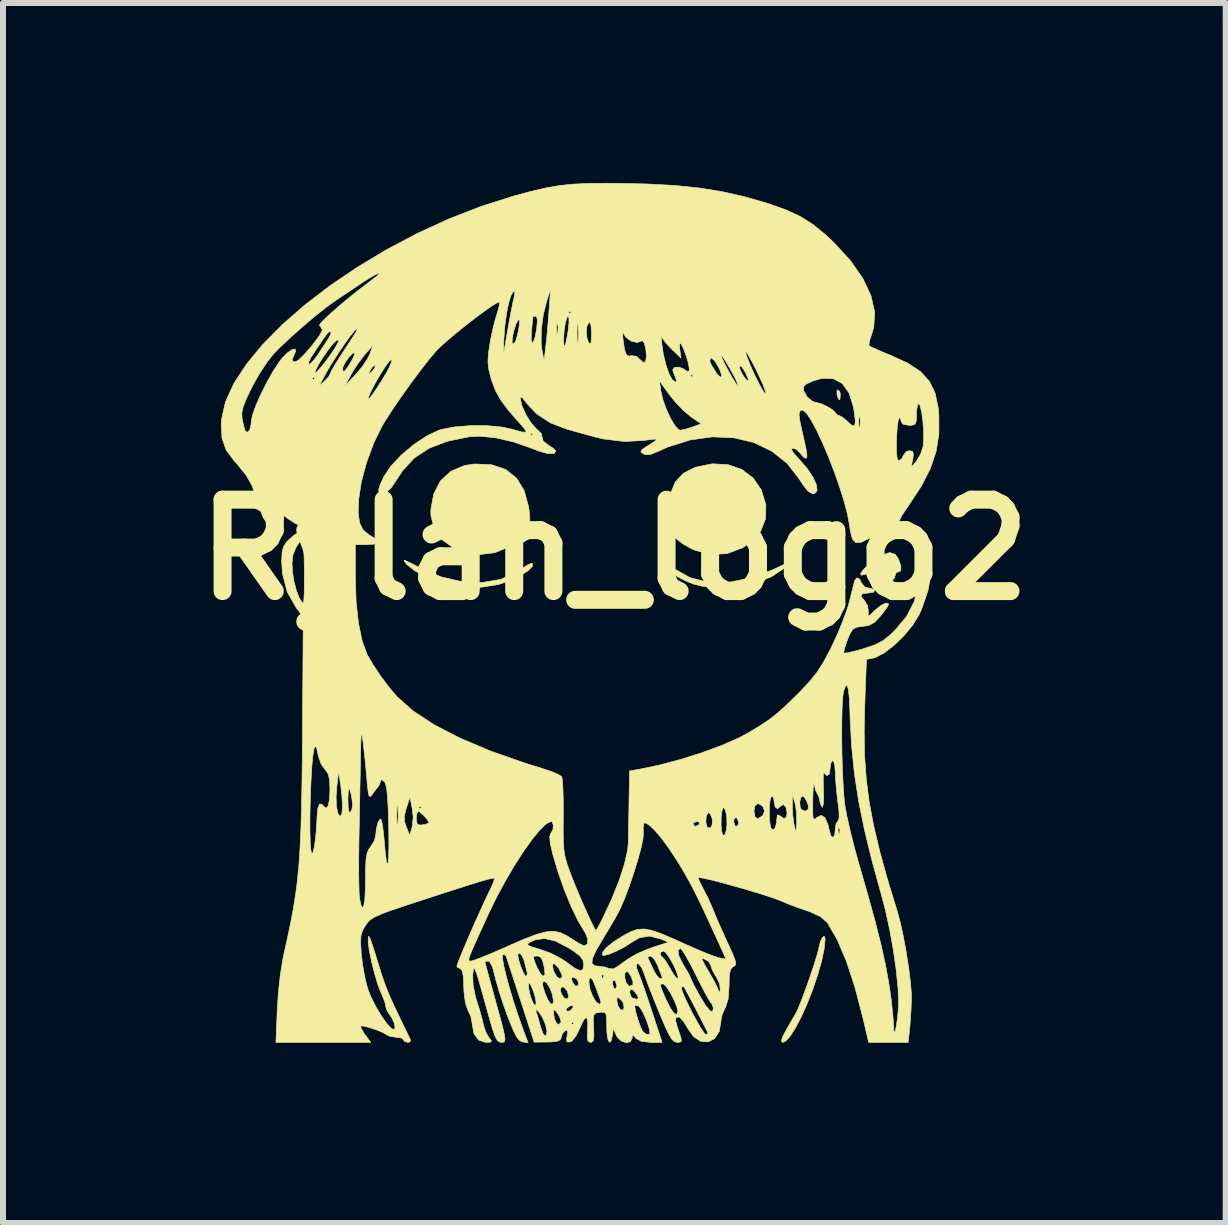
<source format=kicad_pcb>
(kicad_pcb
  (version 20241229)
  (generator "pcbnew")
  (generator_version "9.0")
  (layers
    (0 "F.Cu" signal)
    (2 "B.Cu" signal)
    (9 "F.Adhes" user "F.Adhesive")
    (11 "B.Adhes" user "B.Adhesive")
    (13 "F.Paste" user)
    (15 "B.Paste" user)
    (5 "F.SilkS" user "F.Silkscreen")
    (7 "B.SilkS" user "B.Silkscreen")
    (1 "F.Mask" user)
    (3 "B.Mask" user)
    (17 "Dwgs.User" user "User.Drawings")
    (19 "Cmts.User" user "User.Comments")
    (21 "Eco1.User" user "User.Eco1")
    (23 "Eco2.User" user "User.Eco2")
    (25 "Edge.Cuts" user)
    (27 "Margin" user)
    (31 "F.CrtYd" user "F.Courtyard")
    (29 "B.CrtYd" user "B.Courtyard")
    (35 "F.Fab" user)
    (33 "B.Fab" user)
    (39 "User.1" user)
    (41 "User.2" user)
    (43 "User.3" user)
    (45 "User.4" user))
  (footprint "Rylan_logo2"
    (layer "F.Cu")
    (at 7.192 6.115)
    (property "Reference" "Rylan_logo2" (at 0 0 0) (layer "F.SilkS") (effects (font (size 1.524 1.524) (thickness 0.3))))
    (attr through_hole)
    (fp_poly (pts (xy 3.76 -2.632) (xy 3.768 -2.582) (xy 3.761 -2.513) (xy 3.751 -2.498) (xy 3.729 -2.533) (xy 3.713 -2.582) (xy 3.711 -2.65) (xy 3.729 -2.667) (xy 3.76 -2.632)) (stroke (width 0.01) (type solid)) (fill yes) (layer "F.SilkS"))
    (fp_poly (pts (xy 2.818 0.318) (xy 2.613 0.453) (xy 2.353 0.554) (xy 2.059 0.616) (xy 1.755 0.635) (xy 1.463 0.608) (xy 1.32 0.572) (xy 1.191 0.521) (xy 1.054 0.449) (xy 0.929 0.371) (xy 0.838 0.299) (xy 0.804 0.248) (xy 0.82 0.215) (xy 0.876 0.232) (xy 0.98 0.304) (xy 1.001 0.319) (xy 1.262 0.466) (xy 1.562 0.541) (xy 1.895 0.544) (xy 2.256 0.475) (xy 2.639 0.335) (xy 2.731 0.292) (xy 2.985 0.168) (xy 2.818 0.318)) (stroke (width 0.01) (type solid)) (fill yes) (layer "F.SilkS"))
    (fp_poly (pts (xy -2.048 -1.418) (xy -1.812 -1.338) (xy -1.629 -1.193) (xy -1.501 -0.982) (xy -1.428 -0.709) (xy -1.42 -0.648) (xy -1.408 -0.501) (xy -1.415 -0.406) (xy -1.45 -0.33) (xy -1.524 -0.241) (xy -1.545 -0.217) (xy -1.748 -0.053) (xy -1.989 0.048) (xy -2.25 0.081) (xy -2.509 0.044) (xy -2.667 -0.02) (xy -2.873 -0.167) (xy -3.003 -0.351) (xy -3.058 -0.572) (xy -3.059 -0.668) (xy -3.011 -0.933) (xy -2.899 -1.148) (xy -2.727 -1.307) (xy -2.501 -1.404) (xy -2.335 -1.43) (xy -2.048 -1.418)) (stroke (width 0.01) (type solid)) (fill yes) (layer "F.SilkS"))
    (fp_poly (pts (xy 4.684 0.078) (xy 4.735 0.15) (xy 4.777 0.274) (xy 4.775 0.352) (xy 4.731 0.37) (xy 4.689 0.391) (xy 4.688 0.411) (xy 4.668 0.468) (xy 4.612 0.552) (xy 4.543 0.632) (xy 4.487 0.675) (xy 4.478 0.677) (xy 4.47 0.639) (xy 4.472 0.542) (xy 4.479 0.458) (xy 4.5 0.238) (xy 4.343 0.331) (xy 4.2 0.405) (xy 4.12 0.425) (xy 4.104 0.398) (xy 4.154 0.328) (xy 4.271 0.222) (xy 4.304 0.196) (xy 4.469 0.086) (xy 4.594 0.047) (xy 4.684 0.078)) (stroke (width 0.01) (type solid)) (fill yes) (layer "F.SilkS"))
    (fp_poly (pts (xy 1.894 -1.419) (xy 2.125 -1.339) (xy 2.314 -1.196) (xy 2.449 -0.999) (xy 2.526 -0.751) (xy 2.521 -0.518) (xy 2.438 -0.307) (xy 2.278 -0.128) (xy 2.137 -0.033) (xy 1.879 0.065) (xy 1.616 0.079) (xy 1.345 0.009) (xy 1.288 -0.016) (xy 1.146 -0.096) (xy 1.024 -0.19) (xy 0.977 -0.238) (xy 0.926 -0.315) (xy 0.899 -0.399) (xy 0.891 -0.516) (xy 0.896 -0.66) (xy 0.932 -0.927) (xy 1.015 -1.128) (xy 1.15 -1.274) (xy 1.343 -1.372) (xy 1.357 -1.377) (xy 1.634 -1.433) (xy 1.894 -1.419)) (stroke (width 0.01) (type solid)) (fill yes) (layer "F.SilkS"))
    (fp_poly (pts (xy -3.453 0.193) (xy -3.348 0.245) (xy -3.239 0.302) (xy -2.888 0.452) (xy -2.541 0.533) (xy -2.206 0.547) (xy -1.896 0.494) (xy -1.622 0.372) (xy -1.535 0.312) (xy -1.442 0.251) (xy -1.378 0.225) (xy -1.367 0.228) (xy -1.368 0.279) (xy -1.44 0.351) (xy -1.578 0.439) (xy -1.685 0.495) (xy -1.932 0.58) (xy -2.222 0.625) (xy -2.522 0.629) (xy -2.799 0.588) (xy -2.912 0.554) (xy -3.138 0.457) (xy -3.327 0.35) (xy -3.459 0.246) (xy -3.477 0.225) (xy -3.506 0.186) (xy -3.502 0.174) (xy -3.453 0.193)) (stroke (width 0.01) (type solid)) (fill yes) (layer "F.SilkS"))
    (fp_poly (pts (xy 3.513 6.477) (xy 3.514 6.487) (xy 3.498 6.656) (xy 3.454 6.863) (xy 3.388 7.094) (xy 3.306 7.335) (xy 3.213 7.572) (xy 3.115 7.79) (xy 3.017 7.977) (xy 2.926 8.118) (xy 2.847 8.199) (xy 2.808 8.213) (xy 2.784 8.191) (xy 2.805 8.121) (xy 2.862 8.012) (xy 2.937 7.881) (xy 3.002 7.769) (xy 3.027 7.726) (xy 3.069 7.639) (xy 3.127 7.493) (xy 3.195 7.31) (xy 3.265 7.111) (xy 3.329 6.92) (xy 3.379 6.757) (xy 3.409 6.644) (xy 3.412 6.627) (xy 3.435 6.533) (xy 3.468 6.465) (xy 3.498 6.441) (xy 3.513 6.477)) (stroke (width 0.01) (type solid)) (fill yes) (layer "F.SilkS"))
    (fp_poly (pts (xy 0.021 -6.109) (xy 0.55 -6.098) (xy 1.012 -6.073) (xy 1.425 -6.03) (xy 1.806 -5.968) (xy 2.173 -5.885) (xy 2.544 -5.778) (xy 2.558 -5.774) (xy 2.857 -5.668) (xy 3.1 -5.556) (xy 3.315 -5.42) (xy 3.53 -5.244) (xy 3.668 -5.113) (xy 3.94 -4.815) (xy 4.145 -4.519) (xy 4.279 -4.232) (xy 4.34 -3.96) (xy 4.325 -3.709) (xy 4.296 -3.611) (xy 4.258 -3.496) (xy 4.244 -3.418) (xy 4.248 -3.4) (xy 4.296 -3.375) (xy 4.402 -3.327) (xy 4.548 -3.265) (xy 4.606 -3.242) (xy 4.893 -3.11) (xy 5.106 -2.969) (xy 5.254 -2.806) (xy 5.348 -2.61) (xy 5.399 -2.366) (xy 5.411 -2.231) (xy 5.41 -1.923) (xy 5.364 -1.637) (xy 5.269 -1.355) (xy 5.118 -1.06) (xy 4.904 -0.735) (xy 4.886 -0.709) (xy 4.791 -0.568) (xy 4.749 -0.48) (xy 4.758 -0.435) (xy 4.81 -0.423) (xy 4.928 -0.39) (xy 5.058 -0.305) (xy 5.171 -0.192) (xy 5.229 -0.096) (xy 5.282 0.125) (xy 5.281 0.391) (xy 5.228 0.683) (xy 5.126 0.982) (xy 5.078 1.088) (xy 4.974 1.257) (xy 4.831 1.43) (xy 4.668 1.589) (xy 4.505 1.716) (xy 4.359 1.794) (xy 4.318 1.806) (xy 4.203 1.828) (xy 4.174 2.597) (xy 4.165 3.034) (xy 4.172 3.438) (xy 4.2 3.824) (xy 4.249 4.208) (xy 4.324 4.606) (xy 4.426 5.034) (xy 4.557 5.507) (xy 4.718 6.032) (xy 4.767 6.214) (xy 4.818 6.449) (xy 4.866 6.711) (xy 4.907 6.974) (xy 4.937 7.214) (xy 4.952 7.405) (xy 4.953 7.449) (xy 4.948 7.636) (xy 4.935 7.846) (xy 4.926 7.952) (xy 4.899 8.213) (xy 4.24 8.213) (xy 4.149 7.825) (xy 4.013 7.301) (xy 3.868 6.859) (xy 3.714 6.498) (xy 3.554 6.221) (xy 3.55 6.216) (xy 3.446 6.123) (xy 3.269 6.038) (xy 3.185 6.009) (xy 3.023 5.953) (xy 2.879 5.898) (xy 2.789 5.859) (xy 2.702 5.824) (xy 2.562 5.776) (xy 2.384 5.72) (xy 2.184 5.66) (xy 1.978 5.602) (xy 1.782 5.548) (xy 1.61 5.504) (xy 1.48 5.475) (xy 1.407 5.463) (xy 1.397 5.466) (xy 1.416 5.522) (xy 1.464 5.619) (xy 1.485 5.658) (xy 1.556 5.796) (xy 1.63 5.96) (xy 1.656 6.023) (xy 1.715 6.167) (xy 1.795 6.348) (xy 1.878 6.532) (xy 1.885 6.545) (xy 1.964 6.718) (xy 2.01 6.831) (xy 2.025 6.897) (xy 2.013 6.934) (xy 1.976 6.955) (xy 1.972 6.957) (xy 1.936 6.999) (xy 1.917 7.098) (xy 1.913 7.258) (xy 1.899 7.479) (xy 1.856 7.624) (xy 1.846 7.64) (xy 1.795 7.756) (xy 1.778 7.853) (xy 1.749 8.031) (xy 1.672 8.149) (xy 1.564 8.205) (xy 1.44 8.195) (xy 1.318 8.115) (xy 1.221 7.975) (xy 1.156 7.867) (xy 1.096 7.8) (xy 1.072 7.789) (xy 1.03 7.799) (xy 1.02 7.841) (xy 1.042 7.931) (xy 1.078 8.038) (xy 1.113 8.146) (xy 1.116 8.197) (xy 1.082 8.211) (xy 1.046 8.212) (xy 1.002 8.2) (xy 0.958 8.159) (xy 0.907 8.076) (xy 0.842 7.938) (xy 0.755 7.734) (xy 0.752 7.725) (xy 0.668 7.52) (xy 0.592 7.327) (xy 0.566 7.258) (xy 0.768 7.258) (xy 0.781 7.307) (xy 0.821 7.404) (xy 0.867 7.509) (xy 0.937 7.646) (xy 0.997 7.729) (xy 1.04 7.75) (xy 1.059 7.701) (xy 1.059 7.694) (xy 1.04 7.613) (xy 0.993 7.5) (xy 0.932 7.384) (xy 0.872 7.291) (xy 1.119 7.291) (xy 1.125 7.338) (xy 1.164 7.439) (xy 1.226 7.573) (xy 1.301 7.723) (xy 1.38 7.868) (xy 1.451 7.989) (xy 1.505 8.067) (xy 1.528 8.086) (xy 1.561 8.064) (xy 1.559 8.054) (xy 1.525 7.984) (xy 1.466 7.869) (xy 1.393 7.726) (xy 1.316 7.577) (xy 1.244 7.441) (xy 1.189 7.338) (xy 1.161 7.287) (xy 1.159 7.285) (xy 1.121 7.289) (xy 1.119 7.291) (xy 0.872 7.291) (xy 0.87 7.288) (xy 0.822 7.241) (xy 0.816 7.239) (xy 0.781 7.241) (xy 0.768 7.258) (xy 0.566 7.258) (xy 0.532 7.168) (xy 0.498 7.07) (xy 0.454 6.965) (xy 0.406 6.905) (xy 0.391 6.9) (xy 0.364 6.919) (xy 0.376 6.986) (xy 0.404 7.059) (xy 0.444 7.162) (xy 0.501 7.323) (xy 0.568 7.52) (xy 0.633 7.715) (xy 0.796 8.213) (xy 0.604 8.213) (xy 0.449 8.196) (xy 0.36 8.145) (xy 0.355 8.139) (xy 0.312 8.088) (xy 0.299 8.105) (xy 0.298 8.139) (xy 0.267 8.203) (xy 0.198 8.218) (xy 0.115 8.19) (xy 0.046 8.121) (xy 0.033 8.096) (xy -0.016 7.98) (xy -0.032 8.096) (xy -0.055 8.193) (xy -0.081 8.213) (xy -0.106 8.167) (xy -0.123 8.063) (xy -0.127 7.956) (xy -0.129 7.814) (xy -0.139 7.739) (xy -0.169 7.711) (xy -0.225 7.71) (xy -0.243 7.712) (xy -0.309 7.724) (xy -0.342 7.755) (xy -0.351 7.825) (xy -0.346 7.958) (xy -0.345 7.969) (xy -0.341 8.11) (xy -0.352 8.184) (xy -0.382 8.211) (xy -0.397 8.213) (xy -0.439 8.194) (xy -0.452 8.126) (xy -0.448 8.034) (xy -0.442 7.879) (xy -0.457 7.804) (xy -0.49 7.81) (xy -0.542 7.898) (xy -0.57 7.964) (xy -0.641 8.109) (xy -0.71 8.193) (xy -0.738 8.206) (xy -0.791 8.204) (xy -0.797 8.152) (xy -0.787 8.107) (xy -0.776 8.026) (xy -0.806 8.009) (xy -0.813 8.011) (xy -0.863 8.063) (xy -0.881 8.116) (xy -0.9 8.169) (xy -0.953 8.195) (xy -1.061 8.206) (xy -1.115 8.207) (xy -1.337 8.209) (xy -1.506 7.688) (xy -1.308 7.688) (xy -1.3 7.713) (xy -1.273 7.798) (xy -1.238 7.922) (xy -1.227 7.961) (xy -1.188 8.07) (xy -1.151 8.105) (xy -1.139 8.099) (xy -1.123 8.028) (xy -1.148 7.914) (xy -1.199 7.797) (xy -1.254 7.712) (xy -1.015 7.712) (xy -1 7.818) (xy -0.962 7.896) (xy -0.927 7.916) (xy -0.905 7.895) (xy -0.72 7.895) (xy -0.699 7.916) (xy -0.677 7.895) (xy -0.699 7.874) (xy -0.72 7.895) (xy -0.905 7.895) (xy -0.892 7.883) (xy -0.889 7.861) (xy -0.913 7.786) (xy -0.951 7.723) (xy -0.997 7.67) (xy -1.013 7.686) (xy -1.015 7.712) (xy -1.254 7.712) (xy -1.256 7.709) (xy -1.26 7.705) (xy -1.299 7.67) (xy -0.804 7.67) (xy -0.779 7.698) (xy -0.729 7.681) (xy -0.688 7.632) (xy -0.687 7.628) (xy -0.7 7.596) (xy -0.737 7.603) (xy -0.796 7.647) (xy -0.804 7.67) (xy -1.299 7.67) (xy -1.306 7.664) (xy -1.308 7.688) (xy -1.506 7.688) (xy -1.56 7.523) (xy -1.634 7.297) (xy -1.43 7.297) (xy -1.411 7.399) (xy -1.379 7.502) (xy -1.343 7.578) (xy -1.313 7.599) (xy -1.304 7.55) (xy -1.322 7.448) (xy -1.344 7.377) (xy -1.385 7.273) (xy -1.417 7.223) (xy -1.428 7.226) (xy -1.43 7.297) (xy -1.634 7.297) (xy -1.636 7.293) (xy -1.662 7.211) (xy -1.196 7.211) (xy -1.194 7.266) (xy -1.16 7.381) (xy -1.158 7.387) (xy -1.108 7.504) (xy -1.061 7.57) (xy -1.027 7.575) (xy -1.016 7.52) (xy -1.033 7.416) (xy -1.063 7.335) (xy -0.9 7.335) (xy -0.885 7.398) (xy -0.84 7.47) (xy -0.791 7.492) (xy -0.764 7.457) (xy -0.763 7.44) (xy -0.786 7.355) (xy -0.836 7.295) (xy -0.879 7.287) (xy -0.9 7.335) (xy -1.063 7.335) (xy -1.074 7.307) (xy -1.125 7.224) (xy -1.166 7.197) (xy -1.196 7.211) (xy -1.662 7.211) (xy -1.679 7.16) (xy -0.713 7.16) (xy -0.694 7.214) (xy -0.65 7.273) (xy -0.607 7.27) (xy -0.593 7.222) (xy -0.598 7.211) (xy -0.423 7.211) (xy -0.406 7.325) (xy -0.362 7.442) (xy -0.306 7.536) (xy -0.252 7.577) (xy -0.248 7.578) (xy -0.223 7.547) (xy -0.229 7.518) (xy 0.042 7.518) (xy 0.059 7.602) (xy 0.097 7.661) (xy 0.138 7.677) (xy 0.163 7.639) (xy 0.158 7.611) (xy 0.339 7.611) (xy 0.353 7.694) (xy 0.387 7.814) (xy 0.429 7.935) (xy 0.467 8.02) (xy 0.475 8.033) (xy 0.536 8.079) (xy 0.584 8.077) (xy 0.593 8.051) (xy 0.576 7.962) (xy 0.535 7.843) (xy 0.482 7.724) (xy 0.43 7.634) (xy 0.399 7.604) (xy 0.346 7.599) (xy 0.339 7.611) (xy 0.158 7.611) (xy 0.147 7.554) (xy 0.11 7.5) (xy 0.059 7.457) (xy 0.043 7.482) (xy 0.042 7.518) (xy -0.229 7.518) (xy -0.233 7.504) (xy -0.268 7.41) (xy -0.279 7.38) (xy 0.254 7.38) (xy 0.286 7.466) (xy 0.367 7.493) (xy 0.402 7.48) (xy 0.382 7.426) (xy 0.371 7.408) (xy 0.31 7.337) (xy 0.267 7.332) (xy 0.254 7.38) (xy -0.279 7.38) (xy -0.306 7.303) (xy -0.333 7.238) (xy -0.031 7.238) (xy -0.009 7.307) (xy 0.023 7.321) (xy 0.042 7.27) (xy 0.042 7.263) (xy 0.018 7.192) (xy 0.003 7.177) (xy -0.026 7.191) (xy -0.031 7.238) (xy -0.333 7.238) (xy -0.356 7.182) (xy -0.395 7.133) (xy -0.419 7.157) (xy -0.423 7.211) (xy -0.598 7.211) (xy -0.627 7.157) (xy -0.656 7.139) (xy -0.709 7.126) (xy -0.713 7.16) (xy -1.679 7.16) (xy -1.702 7.088) (xy -1.756 6.924) (xy -1.792 6.814) (xy -1.804 6.777) (xy -1.823 6.758) (xy -1.609 6.758) (xy -1.595 6.838) (xy -1.562 6.943) (xy -1.521 7.042) (xy -1.484 7.104) (xy -1.472 7.112) (xy -1.45 7.079) (xy -1.456 7.038) (xy -1.482 6.94) (xy -1.505 6.847) (xy -1.525 6.799) (xy -1.349 6.799) (xy -1.33 6.863) (xy -1.291 6.959) (xy -1.232 7.068) (xy -1.184 7.11) (xy -1.157 7.083) (xy -1.163 6.986) (xy -1.166 6.974) (xy -1.176 6.935) (xy -1.031 6.935) (xy -1.013 7.018) (xy -1.01 7.027) (xy -0.962 7.116) (xy -0.909 7.154) (xy -0.907 7.154) (xy -0.869 7.125) (xy -0.871 7.112) (xy -0.212 7.112) (xy -0.196 7.147) (xy -0.183 7.14) (xy -0.178 7.09) (xy -0.183 7.084) (xy -0.209 7.09) (xy -0.212 7.112) (xy -0.871 7.112) (xy -0.876 7.08) (xy -0.885 7.062) (xy 0.174 7.062) (xy 0.176 7.146) (xy 0.195 7.214) (xy 0.244 7.277) (xy 0.304 7.259) (xy 0.308 7.256) (xy 0.311 7.203) (xy 0.282 7.121) (xy 0.238 7.05) (xy 0.205 7.027) (xy 0.174 7.062) (xy -0.885 7.062) (xy -0.93 6.972) (xy -0.993 6.908) (xy -1.019 6.9) (xy -1.031 6.935) (xy -1.176 6.935) (xy -1.196 6.852) (xy -1.228 6.792) (xy -1.275 6.774) (xy -1.294 6.773) (xy -1.337 6.776) (xy -1.349 6.799) (xy -1.525 6.799) (xy -1.537 6.771) (xy -1.577 6.728) (xy -1.605 6.734) (xy -1.609 6.758) (xy -1.823 6.758) (xy -1.839 6.743) (xy -1.862 6.756) (xy -1.865 6.81) (xy -1.845 6.929) (xy -1.805 7.098) (xy -1.749 7.302) (xy -1.683 7.525) (xy -1.608 7.753) (xy -1.531 7.97) (xy -1.531 7.972) (xy -1.438 8.219) (xy -1.53 8.205) (xy -1.579 8.183) (xy -1.627 8.125) (xy -1.683 8.016) (xy -1.753 7.844) (xy -1.783 7.768) (xy -1.857 7.561) (xy -1.924 7.354) (xy -1.975 7.177) (xy -1.993 7.101) (xy -2.034 6.951) (xy -2.078 6.869) (xy -2.101 6.858) (xy -2.154 6.864) (xy -2.159 6.869) (xy -2.148 6.911) (xy -2.118 7.021) (xy -2.073 7.185) (xy -2.017 7.389) (xy -1.974 7.546) (xy -1.906 7.793) (xy -1.859 7.97) (xy -1.832 8.088) (xy -1.823 8.16) (xy -1.83 8.197) (xy -1.851 8.211) (xy -1.882 8.213) (xy -1.921 8.205) (xy -1.955 8.174) (xy -1.989 8.108) (xy -2.03 7.994) (xy -2.081 7.82) (xy -2.134 7.631) (xy -2.207 7.367) (xy -2.261 7.178) (xy -2.299 7.055) (xy -2.325 6.992) (xy -2.342 6.981) (xy -2.352 7.014) (xy -2.36 7.085) (xy -2.361 7.102) (xy -2.354 7.264) (xy -2.315 7.454) (xy -2.293 7.526) (xy -2.242 7.686) (xy -2.201 7.837) (xy -2.184 7.914) (xy -2.146 8.037) (xy -2.09 8.134) (xy -2.088 8.136) (xy -2.047 8.189) (xy -2.067 8.21) (xy -2.146 8.213) (xy -2.263 8.175) (xy -2.34 8.07) (xy -2.37 7.907) (xy -2.371 7.892) (xy -2.394 7.776) (xy -2.438 7.684) (xy -2.484 7.556) (xy -2.508 7.356) (xy -2.51 7.283) (xy -2.518 7.112) (xy -2.537 7.016) (xy -2.568 6.985) (xy -2.57 6.985) (xy -2.62 6.958) (xy -2.625 6.94) (xy -2.608 6.888) (xy -2.583 6.824) (xy -2.425 6.824) (xy -2.424 6.849) (xy -2.41 6.857) (xy -2.391 6.858) (xy -2.332 6.841) (xy -2.212 6.796) (xy -2.045 6.727) (xy -1.848 6.642) (xy -1.764 6.604) (xy -1.733 6.591) (xy -1.442 6.591) (xy -1.388 6.617) (xy -1.265 6.654) (xy -1.233 6.663) (xy -1.052 6.73) (xy -0.876 6.822) (xy -0.794 6.878) (xy -0.657 6.978) (xy -0.569 7.017) (xy -0.523 6.997) (xy -0.51 6.918) (xy -0.51 6.911) (xy -0.514 6.892) (xy -0.374 6.892) (xy -0.335 6.933) (xy -0.265 6.943) (xy -0.155 6.957) (xy -0.087 6.983) (xy -0.015 6.988) (xy 0.087 6.926) (xy 0.098 6.916) (xy 0.226 6.824) (xy 0.282 6.791) (xy 0.559 6.791) (xy 0.56 6.805) (xy 0.586 6.861) (xy 0.633 6.961) (xy 0.648 6.996) (xy 0.704 7.095) (xy 0.754 7.15) (xy 0.766 7.154) (xy 0.799 7.133) (xy 0.797 7.123) (xy 0.774 7.066) (xy 0.734 6.964) (xy 0.722 6.932) (xy 0.67 6.832) (xy 0.615 6.777) (xy 0.602 6.773) (xy 0.559 6.791) (xy 0.282 6.791) (xy 0.366 6.742) (xy 0.376 6.737) (xy 0.426 6.715) (xy 0.767 6.715) (xy 0.776 6.769) (xy 0.805 6.795) (xy 0.849 6.847) (xy 0.91 6.945) (xy 0.933 6.988) (xy 0.993 7.089) (xy 1.044 7.148) (xy 1.059 7.154) (xy 1.063 7.12) (xy 1.035 7.031) (xy 0.986 6.921) (xy 0.917 6.799) (xy 0.854 6.714) (xy 0.817 6.689) (xy 0.767 6.715) (xy 0.426 6.715) (xy 0.512 6.677) (xy 1.062 6.677) (xy 1.073 6.763) (xy 1.134 6.892) (xy 1.164 6.943) (xy 1.227 7.047) (xy 1.265 7.12) (xy 1.27 7.136) (xy 1.289 7.183) (xy 1.34 7.283) (xy 1.412 7.415) (xy 1.422 7.433) (xy 1.521 7.596) (xy 1.593 7.686) (xy 1.637 7.7) (xy 1.651 7.644) (xy 1.629 7.574) (xy 1.615 7.56) (xy 1.583 7.515) (xy 1.523 7.41) (xy 1.445 7.26) (xy 1.361 7.092) (xy 1.273 6.917) (xy 1.216 6.816) (xy 1.458 6.816) (xy 1.47 6.849) (xy 1.516 6.935) (xy 1.587 7.056) (xy 1.589 7.059) (xy 1.665 7.193) (xy 1.72 7.304) (xy 1.741 7.366) (xy 1.752 7.382) (xy 1.766 7.334) (xy 1.754 7.232) (xy 1.697 7.117) (xy 1.696 7.116) (xy 1.637 7.016) (xy 1.609 6.936) (xy 1.609 6.93) (xy 1.573 6.865) (xy 1.495 6.821) (xy 1.458 6.816) (xy 1.216 6.816) (xy 1.194 6.775) (xy 1.133 6.679) (xy 1.101 6.646) (xy 1.062 6.677) (xy 0.512 6.677) (xy 0.519 6.674) (xy 0.68 6.614) (xy 0.716 6.603) (xy 0.903 6.544) (xy 0.779 6.491) (xy 0.589 6.441) (xy 0.421 6.468) (xy 0.306 6.534) (xy 0.181 6.615) (xy 0.045 6.687) (xy -0.078 6.74) (xy -0.168 6.764) (xy -0.198 6.759) (xy -0.195 6.708) (xy -0.128 6.63) (xy -0.007 6.533) (xy 0.158 6.429) (xy 0.159 6.428) (xy 0.278 6.366) (xy 0.385 6.33) (xy 0.494 6.322) (xy 0.621 6.345) (xy 0.784 6.401) (xy 0.997 6.492) (xy 1.151 6.562) (xy 1.346 6.648) (xy 1.522 6.723) (xy 1.662 6.777) (xy 1.743 6.802) (xy 1.862 6.826) (xy 1.731 6.535) (xy 1.582 6.21) (xy 1.459 5.947) (xy 1.354 5.732) (xy 1.259 5.549) (xy 1.166 5.383) (xy 1.068 5.219) (xy 1.047 5.186) (xy 0.914 4.984) (xy 0.786 4.809) (xy 0.67 4.673) (xy 0.576 4.584) (xy 0.552 4.572) (xy 1.312 4.572) (xy 1.343 4.613) (xy 1.352 4.614) (xy 1.41 4.584) (xy 1.418 4.572) (xy 1.409 4.536) (xy 1.406 4.535) (xy 1.525 4.535) (xy 1.543 4.615) (xy 1.553 4.629) (xy 1.599 4.64) (xy 1.629 4.591) (xy 1.63 4.582) (xy 1.779 4.582) (xy 1.788 4.692) (xy 1.807 4.756) (xy 1.809 4.758) (xy 1.841 4.754) (xy 1.865 4.686) (xy 1.878 4.578) (xy 1.876 4.527) (xy 1.99 4.527) (xy 2.007 4.597) (xy 2.032 4.614) (xy 2.07 4.58) (xy 2.074 4.553) (xy 2.049 4.481) (xy 2.032 4.466) (xy 1.999 4.479) (xy 1.99 4.527) (xy 1.876 4.527) (xy 1.874 4.45) (xy 1.872 4.435) (xy 1.856 4.36) (xy 2.328 4.36) (xy 2.347 4.46) (xy 2.398 4.483) (xy 2.475 4.431) (xy 2.5 4.365) (xy 2.583 4.365) (xy 2.586 4.495) (xy 2.6 4.602) (xy 2.609 4.636) (xy 2.643 4.673) (xy 2.678 4.643) (xy 2.703 4.562) (xy 2.709 4.489) (xy 2.718 4.421) (xy 2.749 4.426) (xy 2.76 4.437) (xy 2.831 4.484) (xy 2.87 4.453) (xy 2.879 4.384) (xy 2.862 4.293) (xy 2.832 4.26) (xy 2.967 4.26) (xy 2.973 4.414) (xy 2.992 4.561) (xy 2.995 4.577) (xy 3.027 4.72) (xy 3.04 4.544) (xy 3.038 4.391) (xy 3.017 4.245) (xy 3.012 4.227) (xy 3.009 4.219) (xy 3.091 4.219) (xy 3.1 4.299) (xy 3.119 4.332) (xy 3.186 4.359) (xy 3.216 4.339) (xy 3.307 4.339) (xy 3.31 4.444) (xy 3.322 4.49) (xy 3.345 4.49) (xy 3.37 4.468) (xy 3.447 4.428) (xy 3.512 4.468) (xy 3.562 4.586) (xy 3.578 4.659) (xy 3.61 4.768) (xy 3.646 4.798) (xy 3.675 4.749) (xy 3.682 4.674) (xy 3.729 4.674) (xy 3.736 4.729) (xy 3.751 4.73) (xy 3.761 4.673) (xy 3.754 4.649) (xy 3.735 4.633) (xy 3.729 4.674) (xy 3.682 4.674) (xy 3.683 4.658) (xy 3.697 4.566) (xy 3.727 4.522) (xy 3.747 4.476) (xy 3.745 4.357) (xy 3.727 4.212) (xy 3.705 4.025) (xy 3.689 3.839) (xy 3.684 3.715) (xy 3.675 3.598) (xy 3.655 3.525) (xy 3.641 3.514) (xy 3.611 3.55) (xy 3.598 3.639) (xy 3.598 3.641) (xy 3.583 3.736) (xy 3.546 3.768) (xy 3.502 3.726) (xy 3.496 3.715) (xy 3.486 3.728) (xy 3.482 3.809) (xy 3.484 3.943) (xy 3.486 3.988) (xy 3.489 4.139) (xy 3.483 4.247) (xy 3.469 4.293) (xy 3.465 4.293) (xy 3.434 4.236) (xy 3.429 4.197) (xy 3.408 4.111) (xy 3.39 4.083) (xy 3.356 4.015) (xy 3.333 3.916) (xy 3.324 3.898) (xy 3.317 3.953) (xy 3.311 4.07) (xy 3.308 4.162) (xy 3.307 4.339) (xy 3.216 4.339) (xy 3.231 4.329) (xy 3.233 4.264) (xy 3.203 4.18) (xy 3.158 4.117) (xy 3.134 4.106) (xy 3.103 4.141) (xy 3.091 4.219) (xy 3.009 4.219) (xy 2.971 4.085) (xy 2.967 4.26) (xy 2.832 4.26) (xy 2.822 4.248) (xy 2.777 4.269) (xy 2.773 4.275) (xy 2.721 4.318) (xy 2.68 4.287) (xy 2.667 4.212) (xy 2.653 4.133) (xy 2.625 4.106) (xy 2.603 4.144) (xy 2.588 4.239) (xy 2.583 4.365) (xy 2.5 4.365) (xy 2.504 4.355) (xy 2.474 4.276) (xy 2.402 4.234) (xy 2.39 4.233) (xy 2.342 4.271) (xy 2.328 4.36) (xy 1.856 4.36) (xy 1.852 4.34) (xy 1.824 4.298) (xy 1.816 4.3) (xy 1.794 4.353) (xy 1.781 4.458) (xy 1.779 4.582) (xy 1.63 4.582) (xy 1.634 4.504) (xy 1.628 4.473) (xy 1.596 4.399) (xy 1.562 4.384) (xy 1.532 4.442) (xy 1.525 4.535) (xy 1.406 4.535) (xy 1.378 4.53) (xy 1.32 4.552) (xy 1.312 4.572) (xy 0.552 4.572) (xy 0.512 4.552) (xy 0.493 4.562) (xy 0.48 4.63) (xy 0.485 4.731) (xy 0.477 4.824) (xy 0.444 4.977) (xy 0.391 5.17) (xy 0.325 5.385) (xy 0.251 5.603) (xy 0.175 5.806) (xy 0.103 5.973) (xy 0.083 6.015) (xy 0.016 6.139) (xy -0.079 6.301) (xy -0.181 6.47) (xy -0.194 6.493) (xy -0.305 6.68) (xy -0.364 6.811) (xy -0.374 6.892) (xy -0.514 6.892) (xy -0.524 6.839) (xy -0.574 6.772) (xy -0.675 6.694) (xy -0.766 6.636) (xy -0.981 6.524) (xy -1.163 6.481) (xy -1.324 6.504) (xy -1.391 6.535) (xy -1.44 6.566) (xy -1.442 6.591) (xy -1.733 6.591) (xy -1.499 6.489) (xy -1.294 6.411) (xy -1.135 6.369) (xy -1.007 6.36) (xy -0.896 6.384) (xy -0.786 6.438) (xy -0.724 6.478) (xy -0.612 6.549) (xy -0.528 6.595) (xy -0.5 6.604) (xy -0.449 6.572) (xy -0.443 6.493) (xy -0.483 6.389) (xy -0.506 6.352) (xy -0.608 6.182) (xy -0.719 5.95) (xy -0.832 5.676) (xy -0.935 5.381) (xy -0.949 5.337) (xy -1.025 5.081) (xy -1.068 4.897) (xy -1.078 4.778) (xy -1.057 4.72) (xy -1.053 4.717) (xy -1.023 4.665) (xy -1.018 4.59) (xy -1.038 4.536) (xy -1.053 4.53) (xy -1.132 4.566) (xy -1.24 4.669) (xy -1.37 4.827) (xy -1.515 5.031) (xy -1.669 5.269) (xy -1.823 5.533) (xy -1.972 5.81) (xy -2.107 6.088) (xy -2.226 6.35) (xy -2.314 6.544) (xy -2.374 6.681) (xy -2.41 6.771) (xy -2.425 6.824) (xy -2.583 6.824) (xy -2.563 6.774) (xy -2.497 6.615) (xy -2.417 6.427) (xy -2.329 6.226) (xy -2.24 6.028) (xy -2.158 5.849) (xy -2.09 5.704) (xy -2.067 5.658) (xy -2.02 5.555) (xy -1.999 5.489) (xy -2.001 5.478) (xy -2.017 5.475) (xy -2.059 5.482) (xy -2.133 5.501) (xy -2.247 5.534) (xy -2.41 5.584) (xy -2.629 5.654) (xy -2.912 5.745) (xy -3.267 5.861) (xy -3.286 5.867) (xy -3.555 5.956) (xy -3.756 6.024) (xy -3.899 6.079) (xy -3.999 6.124) (xy -4.066 6.167) (xy -4.112 6.212) (xy -4.149 6.263) (xy -4.198 6.348) (xy -4.224 6.433) (xy -4.23 6.545) (xy -4.221 6.711) (xy -4.22 6.728) (xy -4.195 6.934) (xy -4.155 7.15) (xy -4.114 7.311) (xy -4.057 7.457) (xy -3.977 7.615) (xy -3.887 7.767) (xy -3.797 7.894) (xy -3.72 7.978) (xy -3.677 8.001) (xy -3.655 7.97) (xy -3.669 7.894) (xy -3.71 7.803) (xy -3.752 7.744) (xy -3.8 7.66) (xy -3.81 7.614) (xy -3.827 7.539) (xy -3.871 7.425) (xy -3.89 7.385) (xy -3.942 7.25) (xy -3.996 7.07) (xy -4.046 6.874) (xy -4.084 6.69) (xy -4.103 6.547) (xy -4.103 6.511) (xy -4.099 6.444) (xy -4.083 6.458) (xy -4.066 6.498) (xy -4.038 6.579) (xy -3.994 6.713) (xy -3.944 6.875) (xy -3.936 6.9) (xy -3.875 7.097) (xy -3.817 7.263) (xy -3.752 7.424) (xy -3.67 7.608) (xy -3.562 7.832) (xy -3.49 7.981) (xy -3.432 8.102) (xy -3.398 8.172) (xy -3.394 8.181) (xy -3.415 8.208) (xy -3.447 8.213) (xy -3.505 8.191) (xy -3.514 8.17) (xy -3.55 8.14) (xy -3.632 8.128) (xy -3.734 8.115) (xy -3.791 8.089) (xy -3.853 8.051) (xy -3.957 8.008) (xy -4.073 7.968) (xy -4.173 7.942) (xy -4.227 7.939) (xy -4.229 7.94) (xy -4.219 7.983) (xy -4.171 8.065) (xy -4.155 8.086) (xy -4.061 8.213) (xy -5.642 8.213) (xy -5.62 7.673) (xy -5.601 7.382) (xy -5.569 7.091) (xy -5.529 6.835) (xy -5.512 6.752) (xy -5.449 6.471) (xy -5.396 6.217) (xy -5.351 5.978) (xy -5.314 5.746) (xy -5.283 5.509) (xy -5.269 5.359) (xy -4.262 5.359) (xy -4.259 5.569) (xy -4.255 5.726) (xy -4.248 5.813) (xy -4.222 5.931) (xy -4.198 5.97) (xy -4.177 5.935) (xy -4.16 5.829) (xy -4.151 5.66) (xy -4.149 5.51) (xy -4.147 5.3) (xy -4.139 5.157) (xy -4.123 5.061) (xy -4.096 4.996) (xy -4.064 4.953) (xy -4.002 4.853) (xy -3.979 4.767) (xy -3.967 4.649) (xy -3.94 4.547) (xy -3.906 4.491) (xy -3.896 4.487) (xy -3.879 4.526) (xy -3.86 4.631) (xy -3.843 4.782) (xy -3.836 4.857) (xy -3.817 5.067) (xy -3.8 5.195) (xy -3.784 5.244) (xy -3.772 5.217) (xy -3.763 5.117) (xy -3.758 4.946) (xy -3.76 4.707) (xy -3.762 4.605) (xy -3.767 4.424) (xy -3.627 4.424) (xy -3.625 4.547) (xy -3.62 4.609) (xy -3.612 4.597) (xy -3.61 4.584) (xy -3.603 4.444) (xy -3.603 4.434) (xy -3.501 4.434) (xy -3.498 4.532) (xy -3.468 4.622) (xy -3.411 4.761) (xy -3.371 4.624) (xy -3.354 4.472) (xy -3.302 4.472) (xy -3.293 4.55) (xy -3.278 4.582) (xy -3.229 4.59) (xy -3.153 4.579) (xy -3.097 4.557) (xy -3.09 4.546) (xy -3.118 4.499) (xy -3.178 4.43) (xy -3.241 4.375) (xy -3.269 4.36) (xy -3.293 4.395) (xy -3.302 4.472) (xy -3.354 4.472) (xy -3.353 4.465) (xy -3.37 4.308) (xy -3.373 4.297) (xy -3.26 4.297) (xy -3.239 4.318) (xy -3.217 4.297) (xy -3.239 4.276) (xy -3.26 4.297) (xy -3.373 4.297) (xy -3.408 4.128) (xy -3.467 4.305) (xy -3.501 4.434) (xy -3.603 4.434) (xy -3.609 4.293) (xy -3.61 4.287) (xy -3.618 4.247) (xy -3.624 4.283) (xy -3.627 4.388) (xy -3.627 4.424) (xy -3.767 4.424) (xy -3.77 4.325) (xy -3.781 4.121) (xy -3.796 3.982) (xy -3.816 3.897) (xy -3.836 3.863) (xy -3.884 3.832) (xy -3.895 3.851) (xy -3.92 3.923) (xy -3.938 3.949) (xy -3.998 4.025) (xy -4.04 4.084) (xy -4.068 4.115) (xy -4.088 4.105) (xy -4.104 4.04) (xy -4.119 3.908) (xy -4.127 3.808) (xy -4.146 3.601) (xy -4.168 3.388) (xy -4.188 3.211) (xy -4.19 3.196) (xy -4.203 3.104) (xy -4.213 3.068) (xy -4.22 3.095) (xy -4.225 3.191) (xy -4.23 3.362) (xy -4.232 3.493) (xy -4.236 3.724) (xy -4.242 4.013) (xy -4.248 4.331) (xy -4.254 4.649) (xy -4.258 4.85) (xy -4.261 5.114) (xy -4.262 5.359) (xy -5.269 5.359) (xy -5.259 5.259) (xy -5.241 4.984) (xy -5.227 4.684) (xy -5.075 4.684) (xy -5.07 4.874) (xy -5.06 5.003) (xy -5.045 5.064) (xy -5.027 5.054) (xy -5.005 4.967) (xy -4.992 4.889) (xy -4.972 4.711) (xy -4.959 4.517) (xy -4.957 4.456) (xy -4.944 4.312) (xy -4.915 4.24) (xy -4.873 4.243) (xy -4.847 4.276) (xy -4.804 4.31) (xy -4.77 4.267) (xy -4.748 4.156) (xy -4.747 4.119) (xy -4.639 4.119) (xy -4.633 4.274) (xy -4.611 4.389) (xy -4.576 4.443) (xy -4.567 4.445) (xy -4.545 4.407) (xy -4.533 4.313) (xy -4.533 4.265) (xy -4.539 4.162) (xy -4.441 4.162) (xy -4.437 4.304) (xy -4.42 4.376) (xy -4.403 4.381) (xy -4.373 4.324) (xy -4.365 4.241) (xy -4.381 4.109) (xy -4.403 4.022) (xy -4.422 3.981) (xy -4.434 4.01) (xy -4.44 4.115) (xy -4.441 4.162) (xy -4.539 4.162) (xy -4.542 4.101) (xy -4.562 3.926) (xy -4.566 3.895) (xy -4.597 3.704) (xy -4.626 3.943) (xy -4.639 4.119) (xy -4.747 4.119) (xy -4.741 4.005) (xy -4.747 3.843) (xy -4.769 3.741) (xy -4.814 3.674) (xy -4.827 3.661) (xy -4.89 3.569) (xy -4.934 3.441) (xy -4.938 3.419) (xy -4.963 3.306) (xy -4.986 3.274) (xy -5.008 3.323) (xy -5.028 3.447) (xy -5.046 3.646) (xy -5.06 3.917) (xy -5.068 4.139) (xy -5.075 4.437) (xy -5.075 4.684) (xy -5.227 4.684) (xy -5.226 4.675) (xy -5.216 4.322) (xy -5.208 3.915) (xy -5.202 3.444) (xy -5.198 2.898) (xy -5.198 2.879) (xy -5.186 1.122) (xy -5.301 0.971) (xy -5.454 0.703) (xy -5.534 0.394) (xy -5.544 0.223) (xy -5.374 0.223) (xy -5.366 0.368) (xy -5.343 0.519) (xy -5.304 0.669) (xy -5.257 0.795) (xy -5.21 0.874) (xy -5.185 0.889) (xy -5.177 0.849) (xy -5.171 0.741) (xy -5.168 0.58) (xy -5.167 0.383) (xy -5.168 0.36) (xy -5.171 0.159) (xy -5.179 -0.006) (xy -5.186 -0.085) (xy -4.318 -0.085) (xy -4.318 0.468) (xy -4.305 0.868) (xy -4.266 1.222) (xy -4.205 1.519) (xy -4.122 1.745) (xy -4.117 1.754) (xy -4.022 1.918) (xy -3.892 2.111) (xy -3.751 2.299) (xy -3.625 2.448) (xy -3.357 2.686) (xy -3.006 2.917) (xy -2.574 3.14) (xy -2.063 3.356) (xy -1.474 3.562) (xy -1.207 3.645) (xy -1.057 3.694) (xy -0.94 3.743) (xy -0.88 3.78) (xy -0.878 3.782) (xy -0.866 3.84) (xy -0.858 3.966) (xy -0.852 4.144) (xy -0.851 4.357) (xy -0.851 4.445) (xy -0.853 4.69) (xy -0.85 4.87) (xy -0.84 5.008) (xy -0.82 5.123) (xy -0.789 5.236) (xy -0.742 5.368) (xy -0.731 5.397) (xy -0.673 5.548) (xy -0.601 5.721) (xy -0.523 5.902) (xy -0.447 6.072) (xy -0.381 6.214) (xy -0.332 6.312) (xy -0.308 6.349) (xy -0.285 6.315) (xy -0.237 6.228) (xy -0.197 6.149) (xy -0.044 5.823) (xy 0.08 5.513) (xy 0.17 5.234) (xy 0.222 5.001) (xy 0.232 4.889) (xy 0.235 4.738) (xy 0.238 4.533) (xy 0.243 4.306) (xy 0.245 4.161) (xy 0.254 3.687) (xy 0.413 3.66) (xy 0.75 3.59) (xy 1.107 3.495) (xy 1.462 3.383) (xy 1.793 3.261) (xy 2.076 3.136) (xy 2.141 3.102) (xy 3.791 3.102) (xy 3.794 3.371) (xy 3.801 3.64) (xy 3.813 3.891) (xy 3.827 4.108) (xy 3.845 4.273) (xy 3.846 4.276) (xy 3.878 4.447) (xy 3.929 4.674) (xy 3.993 4.931) (xy 4.065 5.194) (xy 4.093 5.292) (xy 4.235 5.785) (xy 4.352 6.211) (xy 4.446 6.584) (xy 4.519 6.915) (xy 4.575 7.219) (xy 4.617 7.508) (xy 4.646 7.795) (xy 4.661 8.022) (xy 4.67 8.056) (xy 4.683 8.024) (xy 4.7 7.942) (xy 4.717 7.83) (xy 4.73 7.704) (xy 4.738 7.582) (xy 4.739 7.55) (xy 4.729 7.308) (xy 4.699 7.009) (xy 4.652 6.678) (xy 4.591 6.339) (xy 4.521 6.016) (xy 4.459 5.779) (xy 4.298 5.195) (xy 4.17 4.67) (xy 4.072 4.188) (xy 4.002 3.729) (xy 3.956 3.278) (xy 3.93 2.816) (xy 3.928 2.716) (xy 3.918 2.482) (xy 3.902 2.33) (xy 3.879 2.262) (xy 3.851 2.278) (xy 3.822 2.358) (xy 3.807 2.46) (xy 3.797 2.629) (xy 3.792 2.849) (xy 3.791 3.102) (xy 2.141 3.102) (xy 2.23 3.054) (xy 2.42 2.94) (xy 2.572 2.839) (xy 2.708 2.733) (xy 2.851 2.606) (xy 3.023 2.439) (xy 3.09 2.372) (xy 3.253 2.199) (xy 3.38 2.041) (xy 3.491 1.867) (xy 3.607 1.648) (xy 3.626 1.609) (xy 3.724 1.396) (xy 3.815 1.175) (xy 3.886 0.977) (xy 3.918 0.868) (xy 3.956 0.714) (xy 3.987 0.59) (xy 4.005 0.52) (xy 4.005 0.519) (xy 4.042 0.468) (xy 4.089 0.489) (xy 4.119 0.55) (xy 4.175 0.622) (xy 4.227 0.635) (xy 4.31 0.654) (xy 4.339 0.677) (xy 4.323 0.707) (xy 4.24 0.72) (xy 4.236 0.72) (xy 4.134 0.734) (xy 4.111 0.777) (xy 4.169 0.846) (xy 4.17 0.847) (xy 4.219 0.928) (xy 4.233 1.008) (xy 4.233 1.117) (xy 4.352 1.003) (xy 4.448 0.926) (xy 4.527 0.889) (xy 4.569 0.899) (xy 4.572 0.913) (xy 4.548 0.957) (xy 4.486 1.042) (xy 4.44 1.101) (xy 4.34 1.208) (xy 4.244 1.261) (xy 4.138 1.278) (xy 4.036 1.292) (xy 3.974 1.327) (xy 3.926 1.406) (xy 3.888 1.498) (xy 3.846 1.617) (xy 3.825 1.7) (xy 3.826 1.723) (xy 3.872 1.721) (xy 3.978 1.698) (xy 4.123 1.659) (xy 4.155 1.649) (xy 4.34 1.587) (xy 4.478 1.516) (xy 4.605 1.415) (xy 4.682 1.339) (xy 4.872 1.112) (xy 4.999 0.864) (xy 5.072 0.577) (xy 5.097 0.24) (xy 5.098 0.06) (xy 5.091 -0.057) (xy 5.072 -0.132) (xy 5.035 -0.187) (xy 4.977 -0.241) (xy 4.887 -0.307) (xy 4.799 -0.332) (xy 4.673 -0.327) (xy 4.644 -0.324) (xy 4.476 -0.285) (xy 4.302 -0.217) (xy 4.248 -0.189) (xy 4.115 -0.123) (xy 4.026 -0.117) (xy 3.969 -0.178) (xy 3.934 -0.312) (xy 3.921 -0.402) (xy 3.889 -0.582) (xy 3.833 -0.799) (xy 3.757 -1.041) (xy 3.668 -1.294) (xy 3.571 -1.545) (xy 3.528 -1.647) (xy 4.703 -1.647) (xy 4.713 -1.529) (xy 4.736 -1.483) (xy 4.742 -1.482) (xy 4.792 -1.517) (xy 4.814 -1.566) (xy 4.868 -1.637) (xy 4.919 -1.651) (xy 4.974 -1.639) (xy 4.986 -1.586) (xy 4.975 -1.513) (xy 4.949 -1.376) (xy 5.034 -1.474) (xy 5.103 -1.587) (xy 5.147 -1.718) (xy 5.157 -1.836) (xy 5.155 -1.987) (xy 5.143 -2.148) (xy 5.123 -2.293) (xy 5.098 -2.398) (xy 5.077 -2.436) (xy 5.054 -2.414) (xy 5.04 -2.328) (xy 5.038 -2.267) (xy 5.034 -2.149) (xy 5.013 -2.093) (xy 4.961 -2.076) (xy 4.911 -2.074) (xy 4.81 -2.093) (xy 4.784 -2.138) (xy 4.765 -2.194) (xy 4.75 -2.201) (xy 4.733 -2.162) (xy 4.718 -2.058) (xy 4.707 -1.908) (xy 4.704 -1.841) (xy 4.703 -1.647) (xy 3.528 -1.647) (xy 3.47 -1.782) (xy 3.372 -1.992) (xy 3.281 -2.161) (xy 3.203 -2.277) (xy 3.143 -2.327) (xy 3.136 -2.328) (xy 3.094 -2.314) (xy 3.079 -2.26) (xy 3.092 -2.152) (xy 3.12 -2.02) (xy 3.168 -1.809) (xy 3.198 -1.666) (xy 3.21 -1.58) (xy 3.208 -1.537) (xy 3.193 -1.524) (xy 3.19 -1.524) (xy 3.141 -1.556) (xy 3.1 -1.609) (xy 3.03 -1.676) (xy 2.975 -1.693) (xy 2.951 -1.675) (xy 2.985 -1.616) (xy 3.077 -1.513) (xy 3.215 -1.354) (xy 3.314 -1.205) (xy 3.371 -1.077) (xy 3.38 -0.984) (xy 3.338 -0.935) (xy 3.308 -0.931) (xy 3.235 -0.971) (xy 3.142 -1.085) (xy 3.086 -1.174) (xy 2.883 -1.438) (xy 2.627 -1.642) (xy 2.328 -1.786) (xy 1.995 -1.866) (xy 1.637 -1.882) (xy 1.265 -1.831) (xy 0.888 -1.711) (xy 0.735 -1.642) (xy 0.606 -1.59) (xy 0.517 -1.586) (xy 0.483 -1.6) (xy 0.443 -1.631) (xy 0.455 -1.665) (xy 0.531 -1.717) (xy 0.564 -1.737) (xy 0.658 -1.796) (xy 0.708 -1.835) (xy 0.711 -1.842) (xy 0.666 -1.843) (xy 0.564 -1.832) (xy 0.496 -1.822) (xy 0.166 -1.805) (xy -0.183 -1.847) (xy -0.327 -1.881) (xy -0.486 -1.925) (xy -0.674 -1.977) (xy -0.783 -2.007) (xy -1.066 -2.115) (xy -1.301 -2.269) (xy -1.47 -2.453) (xy -1.532 -2.534) (xy -1.562 -2.544) (xy -1.566 -2.517) (xy -1.541 -2.401) (xy -1.476 -2.256) (xy -1.39 -2.117) (xy -1.303 -2.017) (xy -1.284 -2.002) (xy -1.215 -1.934) (xy -1.204 -1.875) (xy -1.186 -1.812) (xy -1.1 -1.744) (xy -1.016 -1.689) (xy -0.975 -1.648) (xy -0.974 -1.645) (xy -1.008 -1.602) (xy -1.108 -1.603) (xy -1.268 -1.648) (xy -1.383 -1.693) (xy -1.677 -1.796) (xy -1.971 -1.865) (xy -2.24 -1.893) (xy -2.411 -1.885) (xy -2.785 -1.808) (xy -3.09 -1.691) (xy -3.337 -1.528) (xy -3.533 -1.314) (xy -3.609 -1.198) (xy -3.719 -1.033) (xy -3.813 -0.95) (xy -3.844 -0.939) (xy -3.911 -0.942) (xy -3.932 -0.985) (xy -3.907 -1.078) (xy -3.842 -1.22) (xy -3.723 -1.397) (xy -3.548 -1.582) (xy -3.34 -1.756) (xy -3.123 -1.9) (xy -3.067 -1.926) (xy -1.397 -1.926) (xy -1.376 -1.905) (xy -1.355 -1.926) (xy -1.376 -1.947) (xy -1.397 -1.926) (xy -3.067 -1.926) (xy -2.92 -1.995) (xy -2.887 -2.005) (xy -2.663 -2.048) (xy -2.398 -2.07) (xy -2.125 -2.069) (xy -1.875 -2.046) (xy -1.711 -2.011) (xy -1.559 -1.968) (xy -1.482 -1.956) (xy -1.474 -1.983) (xy -1.528 -2.054) (xy -1.594 -2.127) (xy -1.77 -2.329) (xy -1.895 -2.498) (xy -1.982 -2.655) (xy -2.042 -2.815) (xy 0.751 -2.815) (xy 0.778 -2.635) (xy 0.813 -2.49) (xy 0.87 -2.333) (xy 0.94 -2.186) (xy 1.011 -2.068) (xy 1.074 -2.001) (xy 1.099 -1.993) (xy 1.182 -2.009) (xy 1.296 -2.044) (xy 1.306 -2.048) (xy 1.448 -2.099) (xy 1.271 -2.222) (xy 1.149 -2.324) (xy 1.016 -2.464) (xy 0.922 -2.58) (xy 0.751 -2.815) (xy -2.042 -2.815) (xy -2.046 -2.824) (xy -2.056 -2.857) (xy -2.094 -3.008) (xy -2.108 -3.134) (xy -2.099 -3.274) (xy -2.083 -3.382) (xy -1.846 -3.382) (xy -1.845 -3.31) (xy -1.839 -3.307) (xy -1.836 -3.323) (xy -1.819 -3.426) (xy -1.811 -3.471) (xy -1.705 -3.471) (xy -1.694 -3.429) (xy -1.692 -3.429) (xy -1.672 -3.446) (xy -1.22 -3.446) (xy -1.205 -3.317) (xy -1.171 -3.154) (xy -1.141 -3.408) (xy -1.128 -3.532) (xy -0.845 -3.532) (xy -0.845 -3.437) (xy -0.835 -3.391) (xy -0.828 -3.392) (xy -0.811 -3.441) (xy -0.788 -3.548) (xy -0.776 -3.619) (xy -0.621 -3.619) (xy -0.619 -3.496) (xy -0.614 -3.435) (xy -0.606 -3.446) (xy -0.604 -3.46) (xy -0.597 -3.6) (xy -0.599 -3.632) (xy -0.467 -3.632) (xy -0.456 -3.528) (xy -0.427 -3.45) (xy -0.395 -3.429) (xy -0.387 -3.467) (xy -0.382 -3.563) (xy -0.381 -3.593) (xy 0.137 -3.593) (xy 0.146 -3.5) (xy 0.149 -3.475) (xy 0.172 -3.329) (xy 0.201 -3.251) (xy 0.245 -3.228) (xy 0.291 -3.237) (xy 0.373 -3.223) (xy 0.423 -3.175) (xy 0.483 -3.12) (xy 0.522 -3.14) (xy 0.535 -3.228) (xy 0.525 -3.34) (xy 0.499 -3.447) (xy 0.469 -3.486) (xy 0.458 -3.48) (xy 0.379 -3.454) (xy 0.279 -3.478) (xy 0.193 -3.541) (xy 0.181 -3.559) (xy 0.784 -3.559) (xy 0.785 -3.497) (xy 0.788 -3.458) (xy 0.816 -3.265) (xy 0.859 -3.084) (xy 0.912 -2.933) (xy 0.968 -2.83) (xy 1.019 -2.794) (xy 1.038 -2.823) (xy 1.017 -2.876) (xy 1.008 -2.9) (xy 1.27 -2.9) (xy 1.291 -2.879) (xy 1.312 -2.9) (xy 1.291 -2.921) (xy 1.27 -2.9) (xy 1.008 -2.9) (xy 0.982 -2.962) (xy 0.974 -3.003) (xy 1.006 -3.041) (xy 1.079 -3.044) (xy 1.157 -3.014) (xy 1.176 -2.998) (xy 1.232 -2.963) (xy 1.252 -3) (xy 1.235 -3.106) (xy 1.225 -3.14) (xy 1.59 -3.14) (xy 1.62 -3.076) (xy 1.678 -2.984) (xy 1.709 -2.932) (xy 1.762 -2.883) (xy 1.781 -2.879) (xy 1.788 -2.912) (xy 1.76 -2.996) (xy 1.735 -3.049) (xy 1.675 -3.146) (xy 1.622 -3.194) (xy 1.605 -3.194) (xy 1.59 -3.14) (xy 1.225 -3.14) (xy 1.204 -3.213) (xy 1.193 -3.244) (xy 1.779 -3.244) (xy 1.797 -3.19) (xy 1.843 -3.093) (xy 1.905 -2.977) (xy 1.97 -2.862) (xy 2.027 -2.773) (xy 2.062 -2.73) (xy 2.066 -2.729) (xy 2.055 -2.771) (xy 2.01 -2.867) (xy 1.941 -2.996) (xy 1.931 -3.013) (xy 1.903 -3.06) (xy 2.086 -3.06) (xy 2.095 -3.005) (xy 2.134 -2.925) (xy 2.184 -2.852) (xy 2.226 -2.814) (xy 2.236 -2.815) (xy 2.228 -2.857) (xy 2.189 -2.945) (xy 2.176 -2.97) (xy 2.126 -3.047) (xy 2.091 -3.068) (xy 2.086 -3.06) (xy 1.903 -3.06) (xy 1.858 -3.137) (xy 1.804 -3.22) (xy 1.779 -3.246) (xy 1.779 -3.244) (xy 1.193 -3.244) (xy 1.171 -3.302) (xy 2.184 -3.302) (xy 2.215 -3.204) (xy 2.268 -3.073) (xy 2.333 -2.928) (xy 2.401 -2.79) (xy 2.462 -2.676) (xy 2.508 -2.607) (xy 2.526 -2.596) (xy 2.519 -2.643) (xy 2.492 -2.715) (xy 3.154 -2.715) (xy 3.156 -2.655) (xy 3.157 -2.651) (xy 3.216 -2.546) (xy 3.305 -2.472) (xy 3.367 -2.455) (xy 3.444 -2.436) (xy 3.543 -2.391) (xy 3.632 -2.337) (xy 3.681 -2.291) (xy 3.683 -2.283) (xy 3.717 -2.246) (xy 3.736 -2.243) (xy 3.798 -2.214) (xy 3.882 -2.144) (xy 3.895 -2.131) (xy 3.966 -2.069) (xy 4.006 -2.069) (xy 4.017 -2.138) (xy 4.075 -2.138) (xy 4.078 -2.051) (xy 4.088 -2.028) (xy 4.093 -2.042) (xy 4.101 -2.144) (xy 4.094 -2.211) (xy 4.083 -2.235) (xy 4.076 -2.184) (xy 4.075 -2.138) (xy 4.017 -2.138) (xy 4.018 -2.138) (xy 4.002 -2.28) (xy 3.984 -2.387) (xy 3.913 -2.614) (xy 3.801 -2.77) (xy 3.651 -2.852) (xy 3.465 -2.858) (xy 3.309 -2.813) (xy 3.199 -2.762) (xy 3.154 -2.715) (xy 2.492 -2.715) (xy 2.48 -2.747) (xy 2.415 -2.893) (xy 2.356 -3.015) (xy 2.279 -3.164) (xy 2.22 -3.268) (xy 2.187 -3.314) (xy 2.184 -3.302) (xy 1.171 -3.302) (xy 1.152 -3.357) (xy 1.112 -3.434) (xy 1.089 -3.44) (xy 1.087 -3.372) (xy 1.092 -3.332) (xy 1.111 -3.196) (xy 0.96 -3.34) (xy 0.867 -3.438) (xy 0.804 -3.523) (xy 0.791 -3.552) (xy 0.784 -3.559) (xy 0.181 -3.559) (xy 0.173 -3.571) (xy 0.146 -3.614) (xy 0.137 -3.593) (xy -0.381 -3.593) (xy -0.381 -3.622) (xy -0.389 -3.74) (xy -0.411 -3.79) (xy -0.423 -3.789) (xy -0.457 -3.73) (xy -0.467 -3.632) (xy -0.599 -3.632) (xy -0.604 -3.75) (xy -0.604 -3.756) (xy -0.612 -3.796) (xy -0.618 -3.76) (xy -0.621 -3.656) (xy -0.621 -3.619) (xy -0.776 -3.619) (xy -0.77 -3.653) (xy -0.756 -3.787) (xy -0.758 -3.871) (xy -0.773 -3.897) (xy -0.797 -3.854) (xy -0.82 -3.762) (xy -0.837 -3.649) (xy -0.845 -3.532) (xy -1.128 -3.532) (xy -1.123 -3.582) (xy -1.114 -3.683) (xy -0.964 -3.683) (xy -0.959 -3.606) (xy -0.948 -3.597) (xy -0.944 -3.609) (xy -0.938 -3.716) (xy -0.944 -3.757) (xy -0.957 -3.77) (xy -0.963 -3.712) (xy -0.964 -3.683) (xy -1.114 -3.683) (xy -1.104 -3.795) (xy -1.091 -3.958) (xy -0.762 -3.958) (xy -0.741 -3.937) (xy -0.72 -3.958) (xy -0.741 -3.979) (xy -0.762 -3.958) (xy -1.091 -3.958) (xy -1.088 -4) (xy -1.088 -4) (xy -1.064 -4.339) (xy -1.127 -4.149) (xy -1.184 -3.922) (xy -1.217 -3.676) (xy -1.22 -3.446) (xy -1.672 -3.446) (xy -1.652 -3.464) (xy -1.636 -3.503) (xy -1.635 -3.507) (xy -1.387 -3.507) (xy -1.374 -3.45) (xy -1.35 -3.466) (xy -1.32 -3.551) (xy -1.294 -3.694) (xy -1.283 -3.83) (xy -1.3 -3.892) (xy -1.31 -3.895) (xy -1.355 -3.887) (xy -1.357 -3.884) (xy -1.361 -3.84) (xy -1.372 -3.737) (xy -1.381 -3.641) (xy -1.387 -3.507) (xy -1.635 -3.507) (xy -1.598 -3.657) (xy -1.58 -3.771) (xy -1.583 -3.832) (xy -1.602 -3.831) (xy -1.637 -3.77) (xy -1.67 -3.67) (xy -1.695 -3.561) (xy -1.705 -3.471) (xy -1.811 -3.471) (xy -1.792 -3.581) (xy -1.761 -3.758) (xy -1.756 -3.789) (xy -1.724 -3.962) (xy -1.693 -4.115) (xy -1.67 -4.217) (xy -1.667 -4.229) (xy -1.657 -4.301) (xy -1.683 -4.303) (xy -1.724 -4.239) (xy -1.764 -4.108) (xy -1.799 -3.928) (xy -1.827 -3.716) (xy -1.842 -3.514) (xy -1.846 -3.382) (xy -2.083 -3.382) (xy -2.078 -3.42) (xy -2.042 -3.606) (xy -1.999 -3.789) (xy -1.961 -3.919) (xy -1.926 -4.035) (xy -1.912 -4.113) (xy -1.915 -4.13) (xy -1.957 -4.116) (xy -2.05 -4.059) (xy -2.18 -3.967) (xy -2.335 -3.852) (xy -2.5 -3.723) (xy -2.661 -3.593) (xy -2.806 -3.47) (xy -2.92 -3.365) (xy -2.965 -3.32) (xy -3.084 -3.18) (xy -3.233 -2.989) (xy -3.398 -2.768) (xy -3.563 -2.536) (xy -3.713 -2.316) (xy -3.835 -2.126) (xy -3.869 -2.069) (xy -4.011 -1.78) (xy -4.131 -1.454) (xy -4.219 -1.126) (xy -4.263 -0.839) (xy -4.27 -0.611) (xy -4.247 -0.447) (xy -4.189 -0.331) (xy -4.09 -0.248) (xy -4.055 -0.228) (xy -3.96 -0.165) (xy -3.948 -0.119) (xy -4.017 -0.092) (xy -4.128 -0.085) (xy -4.318 -0.085) (xy -5.186 -0.085) (xy -5.19 -0.121) (xy -5.202 -0.169) (xy -5.203 -0.169) (xy -5.243 -0.136) (xy -5.299 -0.052) (xy -5.313 -0.027) (xy -5.359 0.089) (xy -5.374 0.223) (xy -5.544 0.223) (xy -5.546 0.203) (xy -5.54 0.052) (xy -5.517 -0.046) (xy -5.466 -0.126) (xy -5.422 -0.173) (xy -5.328 -0.251) (xy -5.248 -0.294) (xy -5.231 -0.296) (xy -5.172 -0.317) (xy -5.178 -0.361) (xy -5.243 -0.4) (xy -5.316 -0.437) (xy -5.43 -0.51) (xy -5.546 -0.593) (xy -5.663 -0.676) (xy -5.75 -0.73) (xy -5.79 -0.744) (xy -5.782 -0.7) (xy -5.744 -0.604) (xy -5.699 -0.511) (xy -5.641 -0.379) (xy -5.629 -0.308) (xy -5.661 -0.304) (xy -5.734 -0.364) (xy -5.852 -0.531) (xy -5.947 -0.774) (xy -5.973 -0.872) (xy -6.037 -1.063) (xy -6.138 -1.241) (xy -6.29 -1.43) (xy -6.338 -1.482) (xy -6.472 -1.662) (xy -6.541 -1.86) (xy -6.554 -2.098) (xy -6.549 -2.17) (xy -6.524 -2.285) (xy -6.21 -2.285) (xy -6.207 -2.198) (xy -6.203 -2.17) (xy -6.178 -2.058) (xy -6.156 -1.986) (xy -6.153 -1.979) (xy -6.113 -1.957) (xy -6.077 -2.001) (xy -6.056 -2.094) (xy -6.054 -2.136) (xy -6.032 -2.246) (xy -5.975 -2.407) (xy -5.929 -2.51) (xy -4.106 -2.51) (xy -4.086 -2.52) (xy -4.035 -2.585) (xy -3.963 -2.688) (xy -3.884 -2.811) (xy -3.809 -2.936) (xy -3.765 -3.016) (xy -3.721 -3.113) (xy -3.708 -3.169) (xy -3.714 -3.175) (xy -3.754 -3.14) (xy -3.82 -3.051) (xy -3.899 -2.927) (xy -3.979 -2.79) (xy -4.049 -2.659) (xy -4.094 -2.557) (xy -4.106 -2.51) (xy -5.929 -2.51) (xy -5.891 -2.596) (xy -5.823 -2.731) (xy -4.922 -2.731) (xy -4.832 -2.811) (xy -4.766 -2.881) (xy -4.741 -2.927) (xy -4.72 -2.976) (xy -4.694 -3.021) (xy -4.53 -3.021) (xy -4.521 -2.971) (xy -4.491 -2.984) (xy -4.431 -3.066) (xy -4.401 -3.114) (xy -4.348 -3.211) (xy -4.327 -3.275) (xy -4.33 -3.285) (xy -4.366 -3.272) (xy -4.424 -3.212) (xy -4.483 -3.129) (xy -4.523 -3.052) (xy -4.53 -3.021) (xy -4.694 -3.021) (xy -4.661 -3.078) (xy -4.578 -3.212) (xy -4.54 -3.27) (xy -4.445 -3.416) (xy -4.365 -3.538) (xy -4.314 -3.616) (xy -4.305 -3.63) (xy -4.287 -3.677) (xy -4.293 -3.683) (xy -4.333 -3.649) (xy -4.406 -3.56) (xy -4.499 -3.429) (xy -4.603 -3.275) (xy -4.707 -3.114) (xy -4.798 -2.96) (xy -4.831 -2.9) (xy -4.922 -2.731) (xy -4.492 -2.731) (xy -4.31 -2.925) (xy -4.304 -2.931) (xy -4.098 -2.931) (xy -4.084 -2.932) (xy -4.04 -2.973) (xy -3.991 -3.037) (xy -3.989 -3.072) (xy -4.024 -3.059) (xy -4.066 -2.999) (xy -4.098 -2.931) (xy -4.304 -2.931) (xy -4.202 -3.054) (xy -4.114 -3.186) (xy -4.076 -3.264) (xy -4.025 -3.408) (xy -4.161 -3.252) (xy -4.27 -3.11) (xy -4.373 -2.952) (xy -4.394 -2.913) (xy -4.492 -2.731) (xy -4.922 -2.731) (xy -5.823 -2.731) (xy -5.791 -2.795) (xy -5.755 -2.857) (xy -5.038 -2.857) (xy -5.016 -2.836) (xy -4.995 -2.857) (xy -5.016 -2.879) (xy -5.038 -2.857) (xy -5.755 -2.857) (xy -5.704 -2.948) (xy -4.995 -2.948) (xy -4.973 -2.955) (xy -4.917 -3.013) (xy -4.839 -3.107) (xy -4.755 -3.219) (xy -4.677 -3.331) (xy -4.642 -3.388) (xy -4.598 -3.469) (xy -4.6 -3.496) (xy -4.633 -3.488) (xy -4.685 -3.442) (xy -4.761 -3.346) (xy -4.847 -3.224) (xy -4.925 -3.1) (xy -4.979 -2.998) (xy -4.995 -2.948) (xy -5.704 -2.948) (xy -5.684 -2.983) (xy -5.588 -3.129) (xy -5.096 -3.129) (xy -5.095 -3.091) (xy -5.09 -3.09) (xy -5.044 -3.123) (xy -4.976 -3.205) (xy -4.945 -3.249) (xy -4.86 -3.379) (xy -4.78 -3.501) (xy -4.765 -3.524) (xy -4.725 -3.602) (xy -4.727 -3.64) (xy -4.731 -3.641) (xy -4.756 -3.631) (xy -4.792 -3.596) (xy -4.847 -3.523) (xy -4.929 -3.401) (xy -5.048 -3.22) (xy -5.057 -3.207) (xy -5.096 -3.129) (xy -5.588 -3.129) (xy -5.582 -3.138) (xy -5.545 -3.186) (xy -5.454 -3.279) (xy -5.376 -3.335) (xy -5.324 -3.348) (xy -5.312 -3.313) (xy -5.333 -3.262) (xy -5.371 -3.175) (xy -5.359 -3.139) (xy -5.316 -3.133) (xy -5.264 -3.164) (xy -5.18 -3.245) (xy -5.081 -3.355) (xy -4.986 -3.474) (xy -4.91 -3.581) (xy -4.871 -3.656) (xy -4.869 -3.669) (xy -4.902 -3.727) (xy -4.917 -3.734) (xy -4.905 -3.765) (xy -4.838 -3.838) (xy -4.728 -3.941) (xy -4.586 -4.066) (xy -4.424 -4.201) (xy -4.254 -4.337) (xy -4.088 -4.463) (xy -4.07 -4.477) (xy -3.961 -4.561) (xy -3.918 -4.604) (xy -3.936 -4.608) (xy -4.006 -4.574) (xy -4.123 -4.505) (xy -4.215 -4.445) (xy -4.371 -4.339) (xy -4.528 -4.235) (xy -4.636 -4.163) (xy -4.794 -4.049) (xy -4.99 -3.894) (xy -5.201 -3.715) (xy -5.406 -3.533) (xy -5.583 -3.366) (xy -5.69 -3.255) (xy -5.795 -3.12) (xy -5.914 -2.939) (xy -6.024 -2.746) (xy -6.053 -2.689) (xy -6.139 -2.509) (xy -6.189 -2.381) (xy -6.21 -2.285) (xy -6.524 -2.285) (xy -6.484 -2.462) (xy -6.344 -2.771) (xy -6.134 -3.092) (xy -5.863 -3.421) (xy -5.535 -3.753) (xy -5.159 -4.081) (xy -4.739 -4.403) (xy -4.283 -4.711) (xy -3.797 -5.003) (xy -3.288 -5.272) (xy -2.762 -5.514) (xy -2.225 -5.723) (xy -1.685 -5.895) (xy -1.671 -5.899) (xy -1.384 -5.976) (xy -1.142 -6.032) (xy -0.919 -6.071) (xy -0.692 -6.095) (xy -0.439 -6.107) (xy -0.135 -6.11) (xy 0.021 -6.109)) (stroke (width 0.01) (type solid)) (fill yes) (layer "F.SilkS")))
  (gr_rect
    (start -3 -3)
    (end 17.384 17.339)
    (stroke (width 0.1) (type default))
    (fill no)
    (layer "Edge.Cuts")))
</source>
